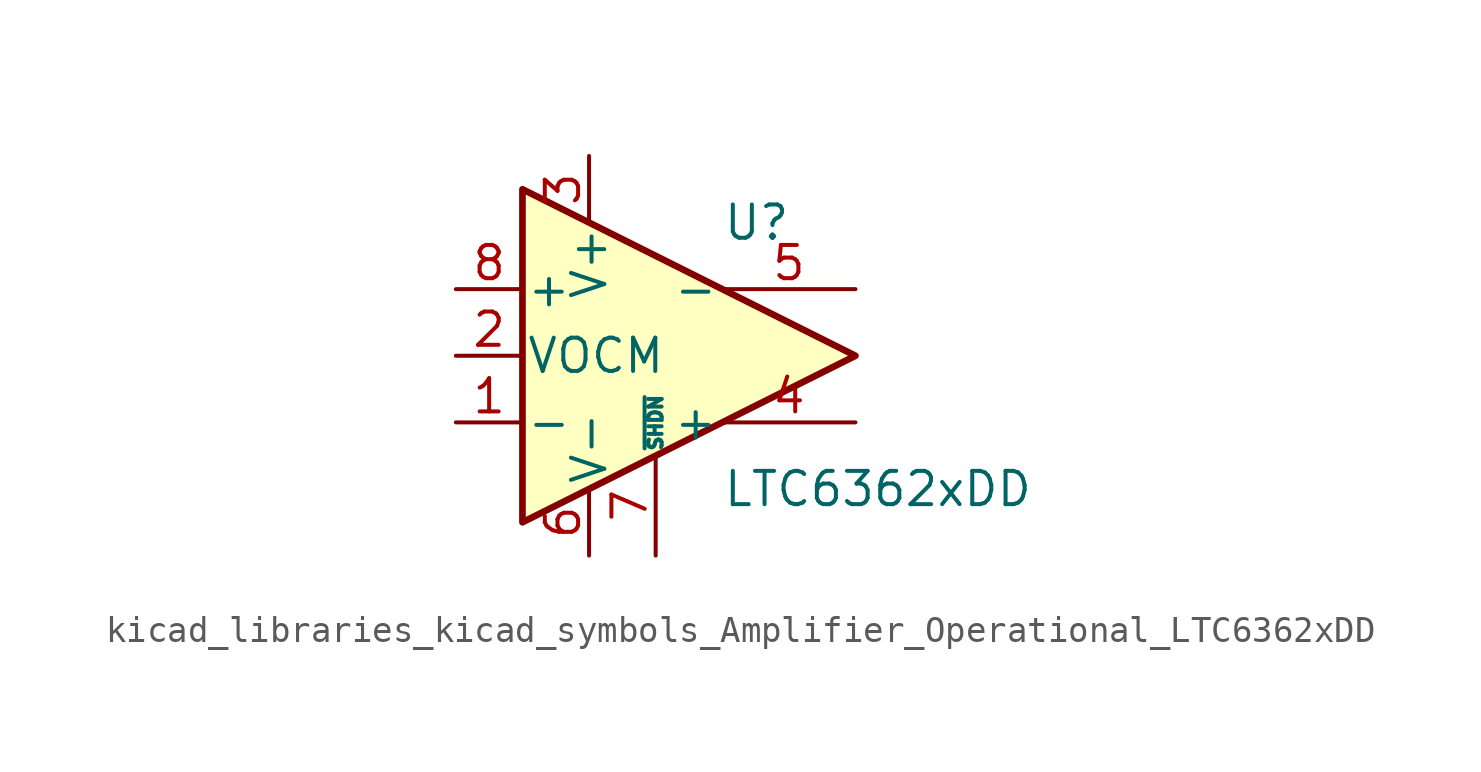
<source format=kicad_sym>
(kicad_symbol_lib
  (version 20220914)
  (generator kicad_symbol_editor)
  (symbol "kicad_libraries_kicad_symbols_Amplifier_Operational_LTC6362xDD"
    (pin_names
      (offset 0.127))
    (property "Reference" "U"
      (at 2.54 5.08 0)
      (effects (font (size 1.27 1.27)) (justify left)))
    (property "Value" "LTC6362xDD"
      (at 2.54 -5.08 0)
      (effects (font (size 1.27 1.27)) (justify left)))
    (symbol "kicad_libraries_kicad_symbols_Amplifier_Operational_LTC6362xDD_0_1"
      (polyline (pts (xy -5.08 6.35) (xy -5.08 -6.35) (xy 7.62 0) (xy -5.08 6.35)) (stroke (width 0.254) (type default)) (fill (type background))))
    (symbol "kicad_libraries_kicad_symbols_Amplifier_Operational_LTC6362xDD_1_1"
      (pin input line (at -7.62 -2.54 0) (length 2.54) (name "-" (effects (font (size 1.27 1.27)))) (number "1" (effects (font (size 1.27 1.27)))))
      (pin input line (at -7.62 0 0) (length 2.54) (name "VOCM" (effects (font (size 1.27 1.27)))) (number "2" (effects (font (size 1.27 1.27)))))
      (pin power_in line (at -2.54 7.62 270) (length 2.54) (name "V+" (effects (font (size 1.27 1.27)))) (number "3" (effects (font (size 1.27 1.27)))))
      (pin output line (at 7.62 -2.54 180) (length 5.08) (name "+" (effects (font (size 1.27 1.27)))) (number "4" (effects (font (size 1.27 1.27)))))
      (pin output line (at 7.62 2.54 180) (length 5.08) (name "-" (effects (font (size 1.27 1.27)))) (number "5" (effects (font (size 1.27 1.27)))))
      (pin power_in line (at -2.54 -7.62 90) (length 2.54) (name "V-" (effects (font (size 1.27 1.27)))) (number "6" (effects (font (size 1.27 1.27)))))
      (pin input line (at 0 -7.62 90) (length 3.81) (name "~{SHDN}" (effects (font (size 0.508 0.508)))) (number "7" (effects (font (size 1.27 1.27)))))
      (pin input line (at -7.62 2.54 0) (length 2.54) (name "+" (effects (font (size 1.27 1.27)))) (number "8" (effects (font (size 1.27 1.27)))))
      (pin passive line (at -2.54 -7.62 90) (length 2.54) hide (name "V-" (effects (font (size 1.27 1.27)))) (number "9" (effects (font (size 1.27 1.27))))))))
</source>
